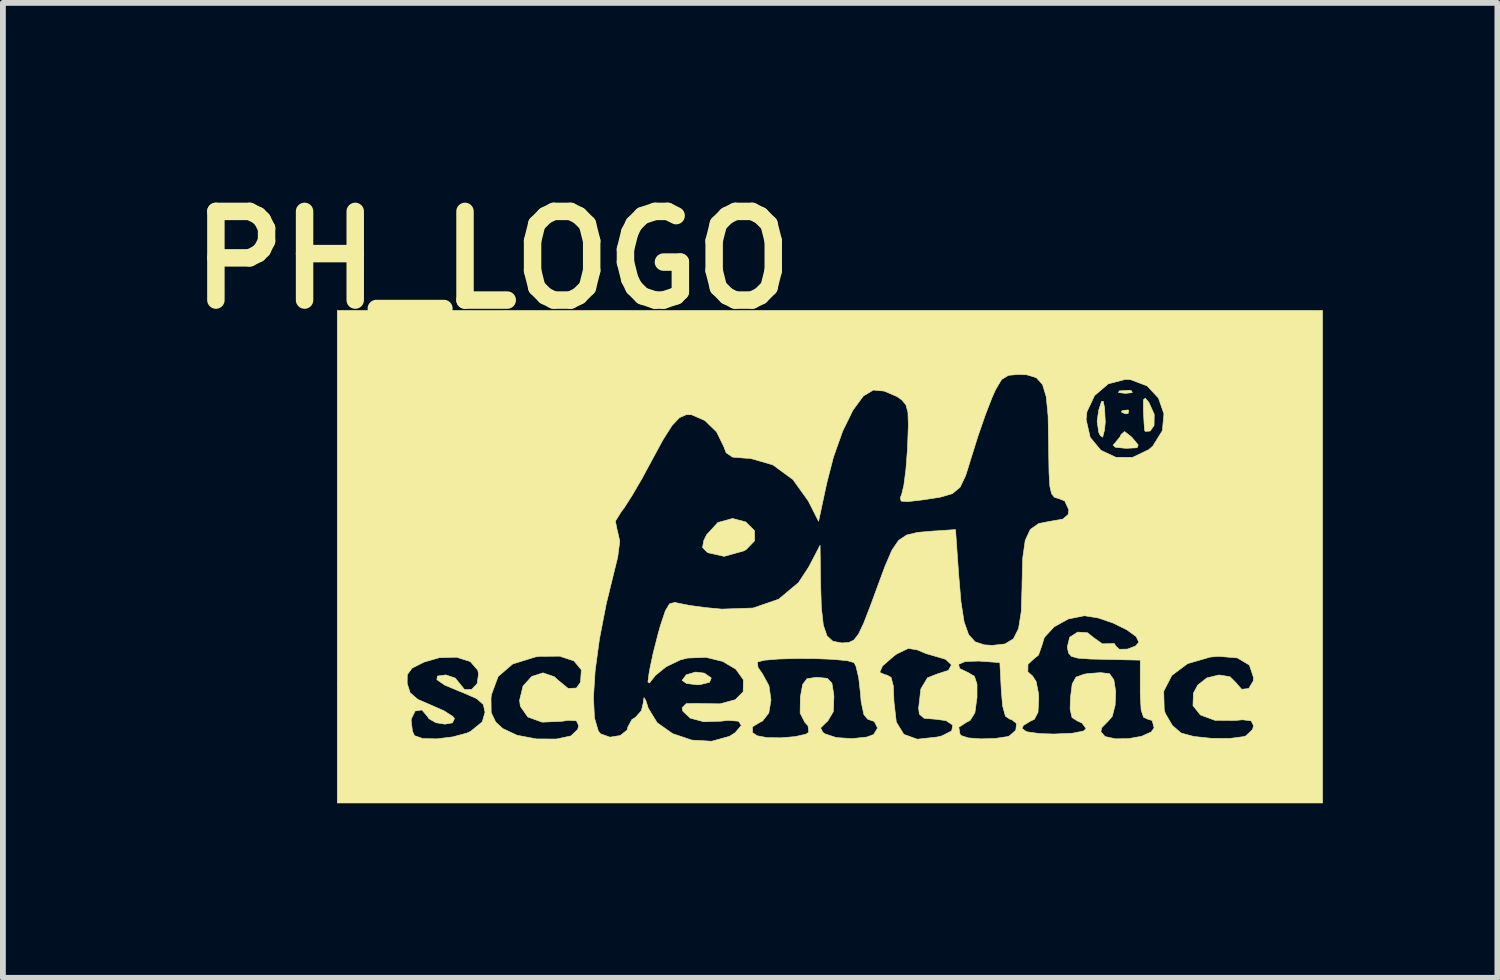
<source format=kicad_pcb>
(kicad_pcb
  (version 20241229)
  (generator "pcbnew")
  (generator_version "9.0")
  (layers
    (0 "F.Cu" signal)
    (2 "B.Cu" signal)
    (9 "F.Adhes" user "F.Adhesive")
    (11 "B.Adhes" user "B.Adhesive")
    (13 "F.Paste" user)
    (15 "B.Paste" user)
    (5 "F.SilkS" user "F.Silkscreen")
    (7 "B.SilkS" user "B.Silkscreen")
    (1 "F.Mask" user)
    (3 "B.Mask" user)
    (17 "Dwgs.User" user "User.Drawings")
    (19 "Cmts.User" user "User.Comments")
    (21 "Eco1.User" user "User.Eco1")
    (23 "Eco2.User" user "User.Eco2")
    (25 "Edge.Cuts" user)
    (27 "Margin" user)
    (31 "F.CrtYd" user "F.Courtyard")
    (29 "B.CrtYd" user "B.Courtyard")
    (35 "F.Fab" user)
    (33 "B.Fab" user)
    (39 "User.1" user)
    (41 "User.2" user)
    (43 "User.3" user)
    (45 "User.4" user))
  (footprint "PH_LOGO"
    (layer "F.Cu")
    (at 11.214 6.518)
    (property "Reference" "PH_LOGO" (at -5.8 -5.1 0) (layer "F.SilkS") (effects (font (size 1.524 1.524) (thickness 0.3))))
    (attr through_hole)
    (fp_poly (pts (xy 5.136 -2.512) (xy 5.125 -2.461) (xy 5.08 -2.455) (xy 5.01 -2.486) (xy 5.024 -2.512) (xy 5.124 -2.522) (xy 5.136 -2.512)) (stroke (width 0.01) (type solid)) (fill yes) (layer "F.SilkS"))
    (fp_poly (pts (xy 5.186 -2.85) (xy 5.196 -2.819) (xy 5.08 -2.807) (xy 4.96 -2.821) (xy 4.974 -2.85) (xy 5.148 -2.861) (xy 5.186 -2.85)) (stroke (width 0.01) (type solid)) (fill yes) (layer "F.SilkS"))
    (fp_poly (pts (xy -2.159 2.001) (xy -2.039 2.084) (xy -2.07 2.159) (xy -2.235 2.2) (xy -2.286 2.201) (xy -2.464 2.179) (xy -2.54 2.127) (xy -2.54 2.126) (xy -2.469 2.03) (xy -2.309 1.983) (xy -2.159 2.001)) (stroke (width 0.01) (type solid)) (fill yes) (layer "F.SilkS"))
    (fp_poly (pts (xy 4.698 -2.67) (xy 4.72 -2.561) (xy 4.733 -2.313) (xy 4.72 -2.18) (xy 4.688 -2.054) (xy 4.646 -2.084) (xy 4.62 -2.138) (xy 4.593 -2.328) (xy 4.62 -2.519) (xy 4.67 -2.672) (xy 4.698 -2.67)) (stroke (width 0.01) (type solid)) (fill yes) (layer "F.SilkS"))
    (fp_poly (pts (xy 5.482 -2.652) (xy 5.574 -2.447) (xy 5.571 -2.254) (xy 5.503 -2.159) (xy 5.418 -2.154) (xy 5.409 -2.175) (xy 5.399 -2.301) (xy 5.388 -2.511) (xy 5.388 -2.52) (xy 5.388 -2.696) (xy 5.42 -2.724) (xy 5.482 -2.652)) (stroke (width 0.01) (type solid)) (fill yes) (layer "F.SilkS"))
    (fp_poly (pts (xy 5.18 -2.061) (xy 5.201 -2.038) (xy 5.299 -1.92) (xy 5.279 -1.872) (xy 5.118 -1.864) (xy 5.072 -1.864) (xy 4.907 -1.88) (xy 4.866 -1.917) (xy 4.877 -1.927) (xy 4.989 -2.062) (xy 5.006 -2.102) (xy 5.064 -2.151) (xy 5.18 -2.061)) (stroke (width 0.01) (type solid)) (fill yes) (layer "F.SilkS"))
    (fp_poly (pts (xy -1.447 -0.597) (xy -1.296 -0.447) (xy -1.295 -0.273) (xy -1.441 -0.121) (xy -1.486 -0.098) (xy -1.818 -0.006) (xy -2.088 -0.066) (xy -2.113 -0.08) (xy -2.189 -0.159) (xy -2.168 -0.278) (xy -2.118 -0.378) (xy -1.926 -0.587) (xy -1.673 -0.657) (xy -1.447 -0.597)) (stroke (width 0.01) (type solid)) (fill yes) (layer "F.SilkS"))
    (fp_poly (pts (xy 8.467 4.233) (xy -8.467 4.233) (xy -8.467 2.176) (xy -7.266 2.176) (xy -7.216 2.337) (xy -7.084 2.452) (xy -6.862 2.548) (xy -6.632 2.649) (xy -6.481 2.746) (xy -6.453 2.783) (xy -6.488 2.856) (xy -6.617 2.878) (xy -6.773 2.853) (xy -6.892 2.784) (xy -6.912 2.752) (xy -7.013 2.634) (xy -7.129 2.652) (xy -7.195 2.788) (xy -7.197 2.822) (xy -7.175 3) (xy -7.14 3.076) (xy -6.998 3.125) (xy -6.757 3.131) (xy -6.482 3.097) (xy -6.237 3.031) (xy -6.176 3.003) (xy -5.975 2.839) (xy -5.927 2.673) (xy -5.957 2.541) (xy -6.071 2.439) (xy -6.085 2.433) (xy -5.825 2.433) (xy -5.822 2.68) (xy -5.744 2.843) (xy -5.623 2.954) (xy -5.378 3.069) (xy -5.045 3.132) (xy -4.7 3.134) (xy -4.452 3.081) (xy -4.335 2.971) (xy -4.318 2.903) (xy -4.357 2.821) (xy -4.499 2.812) (xy -4.604 2.829) (xy -4.946 2.844) (xy -5.192 2.755) (xy -5.321 2.571) (xy -5.334 2.468) (xy -5.321 2.416) (xy -4.064 2.416) (xy -4.047 2.77) (xy -3.981 2.996) (xy -3.941 3.045) (xy -3.78 3.102) (xy -3.604 3.074) (xy -3.486 2.98) (xy -3.471 2.924) (xy -3.403 2.799) (xy -3.344 2.763) (xy -3.241 2.649) (xy -3.21 2.521) (xy -3.196 2.423) (xy -3.163 2.474) (xy -3.123 2.602) (xy -2.97 2.853) (xy -2.704 3.041) (xy -2.375 3.152) (xy -2.032 3.172) (xy -1.725 3.087) (xy -1.63 3.026) (xy -1.542 2.924) (xy -1.332 2.924) (xy -1.33 3.024) (xy -1.249 3.078) (xy -1.079 3.11) (xy -0.84 3.113) (xy -0.597 3.092) (xy -0.416 3.052) (xy -0.363 3.019) (xy -0.376 2.906) (xy -0.432 2.845) (xy -0.512 2.688) (xy -0.508 2.413) (xy -0.468 2.195) (xy -0.395 2.098) (xy -0.246 2.075) (xy -0.212 2.074) (xy -0.045 2.091) (xy 0.034 2.173) (xy 0.066 2.369) (xy 0.069 2.4) (xy 0.058 2.664) (xy -0.038 2.826) (xy -0.058 2.842) (xy -0.16 2.943) (xy -0.123 3.017) (xy -0.085 3.045) (xy 0.11 3.109) (xy 0.38 3.127) (xy 0.634 3.1) (xy 0.752 3.056) (xy 0.819 2.944) (xy 0.763 2.832) (xy 0.651 2.794) (xy 0.584 2.714) (xy 0.537 2.493) (xy 0.525 2.349) (xy 0.495 2.081) (xy 0.473 1.988) (xy 0.855 1.988) (xy 0.955 2.032) (xy 0.974 2.032) (xy 1.051 2.074) (xy 1.09 2.222) (xy 1.101 2.493) (xy 1.141 2.843) (xy 1.271 3.054) (xy 1.502 3.137) (xy 1.847 3.099) (xy 1.926 3.079) (xy 2.093 2.994) (xy 2.112 2.895) (xy 1.995 2.817) (xy 1.82 2.794) (xy 1.619 2.777) (xy 1.537 2.706) (xy 1.525 2.603) (xy 1.563 2.273) (xy 1.677 2.082) (xy 1.844 2.016) (xy 2.037 1.954) (xy 2.089 1.858) (xy 2.08 1.85) (xy 2.211 1.85) (xy 2.23 1.922) (xy 2.374 1.991) (xy 2.483 2.055) (xy 2.528 2.188) (xy 2.528 2.419) (xy 2.492 2.681) (xy 2.41 2.814) (xy 2.355 2.841) (xy 2.215 2.931) (xy 2.236 3.052) (xy 2.258 3.076) (xy 2.38 3.115) (xy 2.599 3.131) (xy 2.845 3.123) (xy 3.048 3.093) (xy 3.083 3.081) (xy 3.194 2.985) (xy 3.198 2.955) (xy 3.302 2.955) (xy 3.382 3.009) (xy 3.609 3.041) (xy 3.852 3.048) (xy 4.171 3.034) (xy 4.36 2.996) (xy 4.403 2.955) (xy 4.333 2.859) (xy 4.254 2.824) (xy 4.161 2.764) (xy 4.128 2.619) (xy 4.135 2.417) (xy 4.165 2.185) (xy 4.23 2.07) (xy 4.368 2.02) (xy 4.432 2.009) (xy 4.652 1.993) (xy 4.805 2.01) (xy 4.88 2.117) (xy 4.912 2.32) (xy 4.902 2.552) (xy 4.853 2.744) (xy 4.784 2.825) (xy 4.671 2.94) (xy 4.657 3.007) (xy 4.728 3.091) (xy 4.906 3.13) (xy 5.135 3.127) (xy 5.359 3.086) (xy 5.523 3.012) (xy 5.572 2.942) (xy 5.539 2.816) (xy 5.467 2.794) (xy 5.391 2.76) (xy 5.349 2.635) (xy 5.335 2.385) (xy 5.334 2.312) (xy 5.737 2.312) (xy 5.746 2.632) (xy 5.765 2.695) (xy 5.887 2.903) (xy 6.037 3.031) (xy 6.254 3.09) (xy 6.558 3.122) (xy 6.872 3.124) (xy 7.114 3.092) (xy 7.147 3.081) (xy 7.264 2.971) (xy 7.281 2.903) (xy 7.24 2.821) (xy 7.091 2.803) (xy 6.964 2.815) (xy 6.617 2.812) (xy 6.369 2.721) (xy 6.24 2.56) (xy 6.248 2.345) (xy 6.322 2.207) (xy 6.48 2.083) (xy 6.688 2.033) (xy 6.876 2.063) (xy 6.973 2.159) (xy 7.077 2.279) (xy 7.198 2.266) (xy 7.276 2.137) (xy 7.281 2.077) (xy 7.21 1.863) (xy 7.004 1.74) (xy 6.675 1.712) (xy 6.534 1.726) (xy 6.148 1.838) (xy 5.877 2.04) (xy 5.737 2.312) (xy 5.334 2.312) (xy 5.334 2.286) (xy 5.334 1.778) (xy 4.826 1.767) (xy 4.478 1.759) (xy 4.265 1.744) (xy 4.151 1.713) (xy 4.101 1.656) (xy 4.082 1.562) (xy 4.08 1.552) (xy 4.121 1.385) (xy 4.258 1.296) (xy 4.427 1.307) (xy 4.54 1.397) (xy 4.683 1.498) (xy 4.78 1.495) (xy 4.891 1.494) (xy 4.911 1.533) (xy 4.974 1.591) (xy 5.114 1.588) (xy 5.252 1.536) (xy 5.31 1.471) (xy 5.263 1.372) (xy 5.099 1.254) (xy 4.866 1.14) (xy 4.611 1.053) (xy 4.381 1.016) (xy 4.369 1.016) (xy 4.098 1.07) (xy 3.853 1.206) (xy 3.685 1.388) (xy 3.641 1.533) (xy 3.584 1.693) (xy 3.514 1.747) (xy 3.404 1.85) (xy 3.402 1.98) (xy 3.483 2.05) (xy 3.545 2.147) (xy 3.584 2.35) (xy 3.589 2.434) (xy 3.576 2.676) (xy 3.512 2.796) (xy 3.45 2.824) (xy 3.324 2.901) (xy 3.302 2.955) (xy 3.198 2.955) (xy 3.207 2.866) (xy 3.119 2.796) (xy 3.095 2.794) (xy 3.017 2.742) (xy 2.969 2.568) (xy 2.946 2.307) (xy 2.921 1.82) (xy 2.561 1.794) (xy 2.327 1.801) (xy 2.211 1.85) (xy 2.08 1.85) (xy 1.991 1.765) (xy 1.89 1.734) (xy 1.657 1.667) (xy 1.502 1.602) (xy 1.347 1.576) (xy 1.152 1.67) (xy 1.099 1.708) (xy 0.904 1.878) (xy 0.855 1.988) (xy 0.473 1.988) (xy 0.447 1.881) (xy 0.415 1.82) (xy 0.301 1.788) (xy 0.066 1.765) (xy -0.242 1.752) (xy -0.575 1.75) (xy -0.885 1.759) (xy -1.125 1.779) (xy -1.245 1.81) (xy -1.247 1.811) (xy -1.236 1.903) (xy -1.157 2.017) (xy -1.047 2.22) (xy -1.013 2.463) (xy -1.05 2.685) (xy -1.157 2.824) (xy -1.185 2.836) (xy -1.332 2.924) (xy -1.542 2.924) (xy -1.523 2.901) (xy -1.569 2.827) (xy -1.756 2.813) (xy -1.866 2.827) (xy -2.166 2.837) (xy -2.401 2.775) (xy -2.528 2.655) (xy -2.54 2.596) (xy -2.468 2.524) (xy -2.249 2.523) (xy -2.244 2.524) (xy -1.889 2.529) (xy -1.626 2.458) (xy -1.491 2.323) (xy -1.487 2.115) (xy -1.616 1.934) (xy -1.842 1.8) (xy -2.13 1.73) (xy -2.444 1.742) (xy -2.571 1.774) (xy -2.814 1.891) (xy -3 2.041) (xy -3.014 2.06) (xy -3.101 2.169) (xy -3.128 2.156) (xy -3.108 2.002) (xy -3.096 1.933) (xy -3.039 1.663) (xy -2.955 1.334) (xy -2.913 1.184) (xy -2.829 0.931) (xy -2.756 0.81) (xy -2.665 0.786) (xy -2.598 0.801) (xy -2.417 0.837) (xy -2.135 0.875) (xy -1.863 0.901) (xy -1.32 0.882) (xy -0.881 0.731) (xy -0.54 0.446) (xy -0.364 0.177) (xy -0.169 -0.196) (xy -0.161 0.431) (xy -0.147 0.876) (xy -0.113 1.177) (xy -0.05 1.361) (xy 0.051 1.454) (xy 0.2 1.482) (xy 0.215 1.482) (xy 0.326 1.474) (xy 0.412 1.433) (xy 0.492 1.331) (xy 0.581 1.142) (xy 0.699 0.837) (xy 0.797 0.57) (xy 0.947 0.164) (xy 1.065 -0.11) (xy 1.18 -0.28) (xy 1.319 -0.373) (xy 1.51 -0.418) (xy 1.781 -0.441) (xy 1.82 -0.443) (xy 2.159 -0.466) (xy 2.212 0.296) (xy 2.253 0.781) (xy 2.306 1.12) (xy 2.384 1.34) (xy 2.497 1.464) (xy 2.657 1.516) (xy 2.794 1.524) (xy 3.008 1.5) (xy 3.154 1.412) (xy 3.243 1.234) (xy 3.289 0.941) (xy 3.302 0.507) (xy 3.302 0.466) (xy 3.314 0.022) (xy 3.357 -0.281) (xy 3.445 -0.469) (xy 3.588 -0.57) (xy 3.785 -0.608) (xy 4.002 -0.645) (xy 4.094 -0.724) (xy 4.106 -0.804) (xy 4.036 -0.958) (xy 3.935 -0.998) (xy 3.859 -1.021) (xy 3.81 -1.082) (xy 3.78 -1.212) (xy 3.766 -1.442) (xy 3.76 -1.801) (xy 3.759 -1.945) (xy 3.751 -2.359) (xy 4.403 -2.359) (xy 4.473 -2.051) (xy 4.657 -1.829) (xy 4.914 -1.709) (xy 5.202 -1.707) (xy 5.482 -1.841) (xy 5.55 -1.901) (xy 5.714 -2.166) (xy 5.741 -2.455) (xy 5.647 -2.726) (xy 5.451 -2.936) (xy 5.169 -3.042) (xy 5.08 -3.048) (xy 4.785 -2.971) (xy 4.549 -2.77) (xy 4.417 -2.49) (xy 4.403 -2.359) (xy 3.751 -2.359) (xy 3.75 -2.419) (xy 3.718 -2.749) (xy 3.654 -2.96) (xy 3.547 -3.077) (xy 3.385 -3.126) (xy 3.246 -3.133) (xy 3.068 -3.117) (xy 2.951 -3.045) (xy 2.849 -2.874) (xy 2.786 -2.733) (xy 2.673 -2.442) (xy 2.544 -2.07) (xy 2.434 -1.718) (xy 2.333 -1.394) (xy 2.238 -1.195) (xy 2.104 -1.083) (xy 1.889 -1.021) (xy 1.576 -0.974) (xy 1.333 -0.946) (xy 1.223 -0.956) (xy 1.211 -1.015) (xy 1.234 -1.073) (xy 1.271 -1.227) (xy 1.306 -1.499) (xy 1.332 -1.836) (xy 1.336 -1.92) (xy 1.348 -2.264) (xy 1.341 -2.481) (xy 1.306 -2.611) (xy 1.233 -2.696) (xy 1.154 -2.752) (xy 0.933 -2.846) (xy 0.746 -2.864) (xy 0.575 -2.762) (xy 0.396 -2.518) (xy 0.22 -2.16) (xy 0.061 -1.713) (xy -0.054 -1.266) (xy -0.195 -0.608) (xy -0.373 -0.96) (xy -0.636 -1.326) (xy -0.98 -1.578) (xy -1.369 -1.69) (xy -1.45 -1.693) (xy -1.672 -1.711) (xy -1.783 -1.786) (xy -1.826 -1.897) (xy -1.948 -2.145) (xy -2.15 -2.341) (xy -2.378 -2.44) (xy -2.468 -2.441) (xy -2.586 -2.39) (xy -2.714 -2.254) (xy -2.87 -2.008) (xy -3.048 -1.68) (xy -3.23 -1.343) (xy -3.402 -1.048) (xy -3.537 -0.838) (xy -3.584 -0.777) (xy -3.687 -0.611) (xy -3.655 -0.45) (xy -3.652 -0.444) (xy -3.612 -0.266) (xy -3.647 0.007) (xy -3.689 0.177) (xy -3.845 0.813) (xy -3.961 1.414) (xy -4.035 1.956) (xy -4.064 2.416) (xy -5.321 2.416) (xy -5.274 2.223) (xy -5.125 2.059) (xy -4.931 1.997) (xy -4.737 2.063) (xy -4.678 2.118) (xy -4.5 2.264) (xy -4.357 2.258) (xy -4.287 2.159) (xy -4.272 1.945) (xy -4.399 1.791) (xy -4.646 1.71) (xy -4.994 1.713) (xy -5.061 1.723) (xy -5.452 1.844) (xy -5.703 2.06) (xy -5.819 2.374) (xy -5.825 2.433) (xy -6.085 2.433) (xy -6.309 2.335) (xy -6.35 2.32) (xy -6.62 2.207) (xy -6.755 2.114) (xy -6.746 2.052) (xy -6.601 2.032) (xy -6.439 2.087) (xy -6.381 2.159) (xy -6.279 2.284) (xy -6.158 2.282) (xy -6.063 2.182) (xy -6.039 2.013) (xy -6.053 1.95) (xy -6.181 1.802) (xy -6.417 1.728) (xy -6.714 1.736) (xy -6.977 1.812) (xy -7.182 1.916) (xy -7.264 2.028) (xy -7.266 2.176) (xy -8.467 2.176) (xy -8.467 -4.233) (xy 8.467 -4.233) (xy 8.467 4.233)) (stroke (width 0.01) (type solid)) (fill yes) (layer "F.SilkS")))
  (gr_rect
    (start -3 -3)
    (end 22.686 13.756)
    (stroke (width 0.1) (type default))
    (fill no)
    (layer "Edge.Cuts")))
</source>
